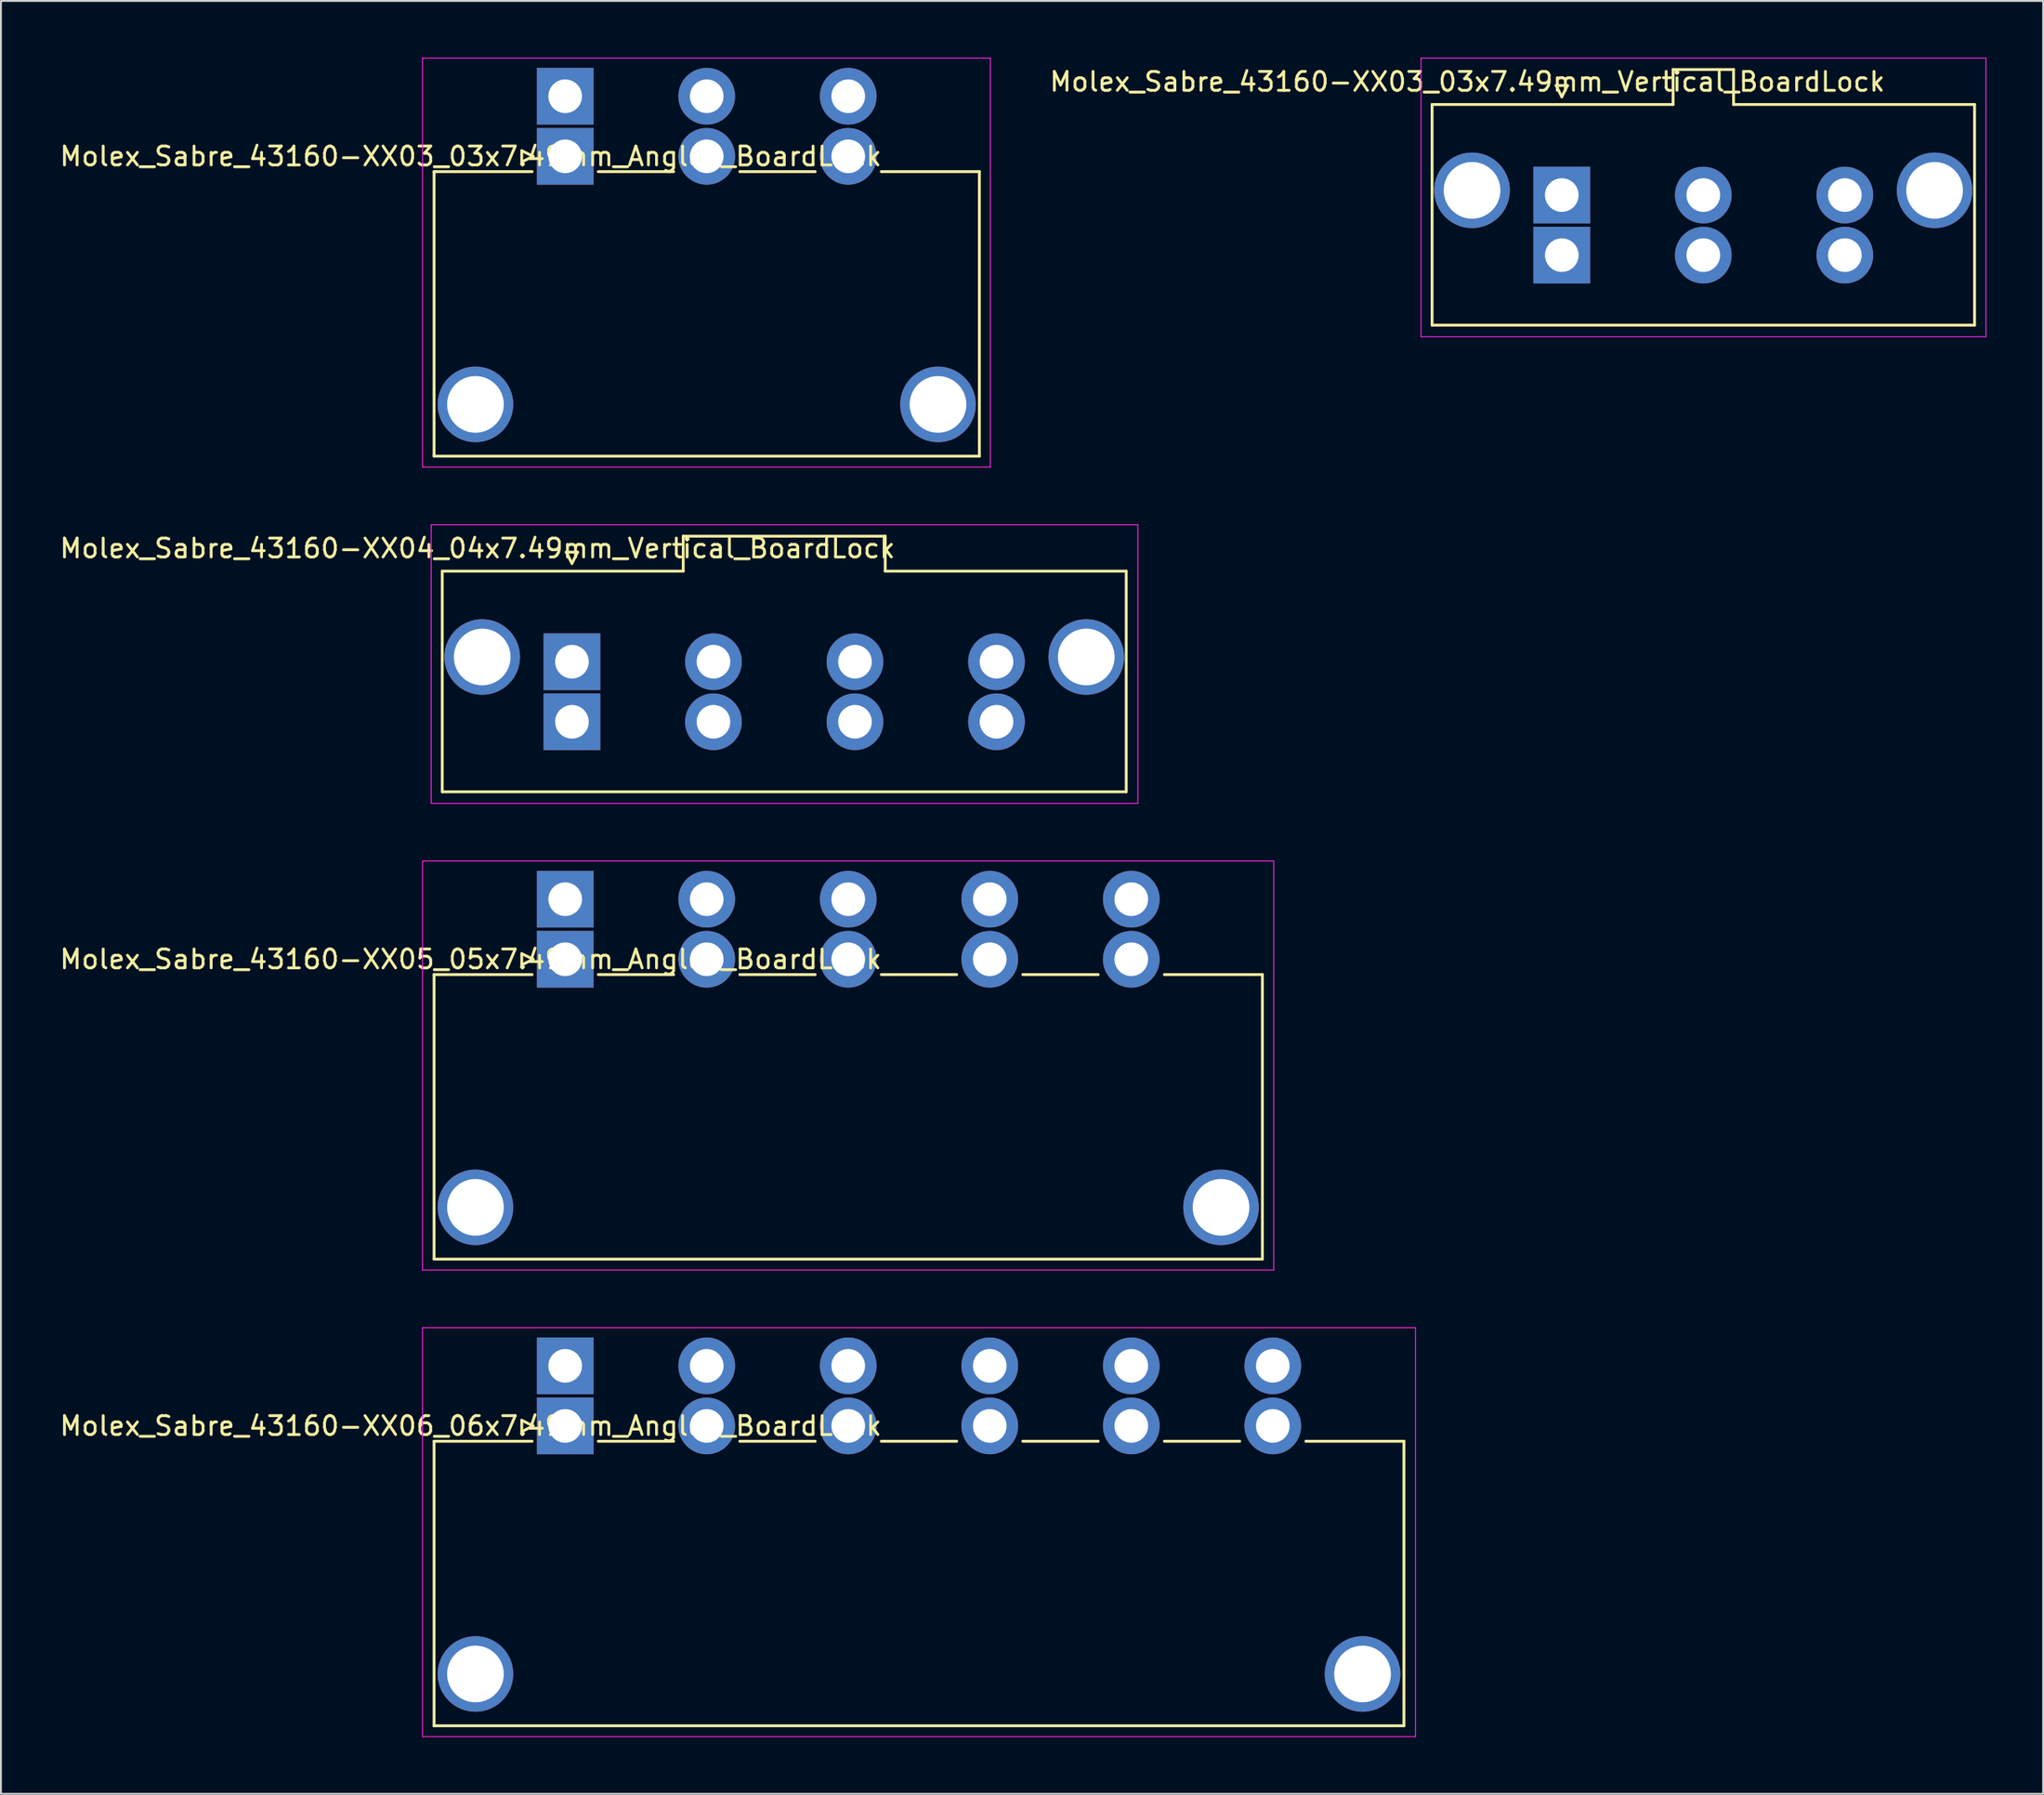
<source format=kicad_pcb>
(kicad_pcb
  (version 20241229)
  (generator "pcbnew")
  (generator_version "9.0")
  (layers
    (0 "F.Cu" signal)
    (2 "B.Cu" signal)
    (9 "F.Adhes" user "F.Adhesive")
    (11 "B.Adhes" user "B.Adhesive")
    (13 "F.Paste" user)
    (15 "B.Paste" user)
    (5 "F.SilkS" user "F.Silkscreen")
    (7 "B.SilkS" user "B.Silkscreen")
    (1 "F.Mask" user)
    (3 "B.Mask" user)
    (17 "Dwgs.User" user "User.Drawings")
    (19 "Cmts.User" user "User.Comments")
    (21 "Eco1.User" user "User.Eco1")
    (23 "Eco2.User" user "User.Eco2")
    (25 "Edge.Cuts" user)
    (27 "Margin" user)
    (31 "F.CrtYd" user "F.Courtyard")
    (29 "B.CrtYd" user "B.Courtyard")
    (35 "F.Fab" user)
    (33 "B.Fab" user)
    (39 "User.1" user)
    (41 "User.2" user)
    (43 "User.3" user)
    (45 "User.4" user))
  (footprint "Molex_Sabre_43160-XX03_03x7.49mm_Vertical_BoardLock"
    (layer "F.Cu")
    (at 79.608 7.275)
    (property "Reference" "Molex_Sabre_43160-XX03_03x7.49mm_Vertical_BoardLock" (at -5 -6 0) (layer "F.SilkS") (effects (font (size 1 1) (thickness 0.15))))
    (attr through_hole)
    (fp_line (start -6.865 -4.795) (end 5.89 -4.795) (stroke (width 0.15) (type solid)) (layer "F.SilkS"))
    (fp_line (start -6.865 6.885) (end -6.865 -4.795) (stroke (width 0.15) (type solid)) (layer "F.SilkS"))
    (fp_line (start -0.3 -5.8) (end 0 -5.2) (stroke (width 0.15) (type solid)) (layer "F.SilkS"))
    (fp_line (start 0 -5.2) (end 0.3 -5.8) (stroke (width 0.15) (type solid)) (layer "F.SilkS"))
    (fp_line (start 0.3 -5.8) (end -0.3 -5.8) (stroke (width 0.15) (type solid)) (layer "F.SilkS"))
    (fp_line (start 5.89 -6.645) (end 9.09 -6.645) (stroke (width 0.15) (type solid)) (layer "F.SilkS"))
    (fp_line (start 5.89 -4.795) (end 5.89 -6.645) (stroke (width 0.15) (type solid)) (layer "F.SilkS"))
    (fp_line (start 9.09 -6.645) (end 9.09 -4.795) (stroke (width 0.15) (type solid)) (layer "F.SilkS"))
    (fp_line (start 9.09 -4.795) (end 21.845 -4.795) (stroke (width 0.15) (type solid)) (layer "F.SilkS"))
    (fp_line (start 21.845 -4.795) (end 21.845 6.885) (stroke (width 0.15) (type solid)) (layer "F.SilkS"))
    (fp_line (start 21.845 6.885) (end -6.865 6.885) (stroke (width 0.15) (type solid)) (layer "F.SilkS"))
    (fp_line (start -7.45 -7.25) (end -7.45 7.5) (stroke (width 0.05) (type solid)) (layer "F.CrtYd"))
    (fp_line (start -7.45 7.5) (end 22.45 7.5) (stroke (width 0.05) (type solid)) (layer "F.CrtYd"))
    (fp_line (start 22.45 -7.25) (end -7.45 -7.25) (stroke (width 0.05) (type solid)) (layer "F.CrtYd"))
    (fp_line (start 22.45 7.5) (end 22.45 -7.25) (stroke (width 0.05) (type solid)) (layer "F.CrtYd"))
    (pad "" thru_hole circle (at -4.75 -0.25) (size 4 4) (drill 3) (layers "*.Cu" "*.Mask"))
    (pad "" thru_hole circle (at 19.73 -0.25) (size 4 4) (drill 3) (layers "*.Cu" "*.Mask"))
    (pad "1" thru_hole rect (at 0 0) (size 3 3) (drill 1.78) (layers "*.Cu" "*.Mask"))
    (pad "1" thru_hole rect (at 0 3.18) (size 3 3) (drill 1.78) (layers "*.Cu" "*.Mask"))
    (pad "2" thru_hole circle (at 7.49 0) (size 3 3) (drill 1.78) (layers "*.Cu" "*.Mask"))
    (pad "2" thru_hole circle (at 7.49 3.18) (size 3 3) (drill 1.78) (layers "*.Cu" "*.Mask"))
    (pad "3" thru_hole circle (at 14.98 0) (size 3 3) (drill 1.78) (layers "*.Cu" "*.Mask"))
    (pad "3" thru_hole circle (at 14.98 3.18) (size 3 3) (drill 1.78) (layers "*.Cu" "*.Mask")))
  (footprint "Molex_Sabre_43160-XX06_06x7.49mm_Angled_BoardLock"
    (layer "F.Cu")
    (at 26.863 72.425)
    (property "Reference" "Molex_Sabre_43160-XX06_06x7.49mm_Angled_BoardLock" (at -5 0 0) (layer "F.SilkS") (effects (font (size 1 1) (thickness 0.15))))
    (attr through_hole)
    (fp_line (start -6.94 0.81) (end -6.94 15.87) (stroke (width 0.15) (type solid)) (layer "F.SilkS"))
    (fp_line (start -6.94 0.81) (end -1.75 0.81) (stroke (width 0.15) (type solid)) (layer "F.SilkS"))
    (fp_line (start -6.94 15.87) (end 44.39 15.87) (stroke (width 0.15) (type solid)) (layer "F.SilkS"))
    (fp_line (start -2.3 -0.3) (end -1.7 0) (stroke (width 0.15) (type solid)) (layer "F.SilkS"))
    (fp_line (start -2.3 0.3) (end -2.3 -0.3) (stroke (width 0.15) (type solid)) (layer "F.SilkS"))
    (fp_line (start -1.7 0) (end -2.3 0.3) (stroke (width 0.15) (type solid)) (layer "F.SilkS"))
    (fp_line (start 1.75 0.81) (end 5.74 0.81) (stroke (width 0.15) (type solid)) (layer "F.SilkS"))
    (fp_line (start 9.24 0.81) (end 13.23 0.81) (stroke (width 0.15) (type solid)) (layer "F.SilkS"))
    (fp_line (start 16.73 0.81) (end 20.72 0.81) (stroke (width 0.15) (type solid)) (layer "F.SilkS"))
    (fp_line (start 24.22 0.81) (end 28.21 0.81) (stroke (width 0.15) (type solid)) (layer "F.SilkS"))
    (fp_line (start 31.71 0.81) (end 35.7 0.81) (stroke (width 0.15) (type solid)) (layer "F.SilkS"))
    (fp_line (start 39.2 0.81) (end 44.39 0.81) (stroke (width 0.15) (type solid)) (layer "F.SilkS"))
    (fp_line (start 44.39 15.87) (end 44.39 0.81) (stroke (width 0.15) (type solid)) (layer "F.SilkS"))
    (fp_line (start -7.55 -5.2) (end -7.55 16.45) (stroke (width 0.05) (type solid)) (layer "F.CrtYd"))
    (fp_line (start -7.55 16.45) (end 45 16.45) (stroke (width 0.05) (type solid)) (layer "F.CrtYd"))
    (fp_line (start 45 -5.2) (end -7.55 -5.2) (stroke (width 0.05) (type solid)) (layer "F.CrtYd"))
    (fp_line (start 45 16.45) (end 45 -5.2) (stroke (width 0.05) (type solid)) (layer "F.CrtYd"))
    (pad "" thru_hole circle (at -4.75 13.13) (size 4 4) (drill 3) (layers "*.Cu" "*.Mask"))
    (pad "" thru_hole circle (at 42.2 13.13) (size 4 4) (drill 3) (layers "*.Cu" "*.Mask"))
    (pad "1" thru_hole rect (at 0 -3.18) (size 3 3) (drill 1.78) (layers "*.Cu" "*.Mask"))
    (pad "1" thru_hole rect (at 0 0) (size 3 3) (drill 1.78) (layers "*.Cu" "*.Mask"))
    (pad "2" thru_hole circle (at 7.49 -3.18) (size 3 3) (drill 1.78) (layers "*.Cu" "*.Mask"))
    (pad "2" thru_hole circle (at 7.49 0) (size 3 3) (drill 1.78) (layers "*.Cu" "*.Mask"))
    (pad "3" thru_hole circle (at 14.98 -3.18) (size 3 3) (drill 1.78) (layers "*.Cu" "*.Mask"))
    (pad "3" thru_hole circle (at 14.98 0) (size 3 3) (drill 1.78) (layers "*.Cu" "*.Mask"))
    (pad "4" thru_hole circle (at 22.47 -3.18) (size 3 3) (drill 1.78) (layers "*.Cu" "*.Mask"))
    (pad "4" thru_hole circle (at 22.47 0) (size 3 3) (drill 1.78) (layers "*.Cu" "*.Mask"))
    (pad "5" thru_hole circle (at 29.96 -3.18) (size 3 3) (drill 1.78) (layers "*.Cu" "*.Mask"))
    (pad "5" thru_hole circle (at 29.96 0) (size 3 3) (drill 1.78) (layers "*.Cu" "*.Mask"))
    (pad "6" thru_hole circle (at 37.45 -3.18) (size 3 3) (drill 1.78) (layers "*.Cu" "*.Mask"))
    (pad "6" thru_hole circle (at 37.45 0) (size 3 3) (drill 1.78) (layers "*.Cu" "*.Mask")))
  (footprint "Molex_Sabre_43160-XX04_04x7.49mm_Vertical_BoardLock"
    (layer "F.Cu")
    (at 27.22 31.975)
    (property "Reference" "Molex_Sabre_43160-XX04_04x7.49mm_Vertical_BoardLock" (at -5 -6 0) (layer "F.SilkS") (effects (font (size 1 1) (thickness 0.15))))
    (attr through_hole)
    (fp_line (start -6.865 -4.795) (end 5.89 -4.795) (stroke (width 0.15) (type solid)) (layer "F.SilkS"))
    (fp_line (start -6.865 6.885) (end -6.865 -4.795) (stroke (width 0.15) (type solid)) (layer "F.SilkS"))
    (fp_line (start -0.3 -5.8) (end 0 -5.2) (stroke (width 0.15) (type solid)) (layer "F.SilkS"))
    (fp_line (start 0 -5.2) (end 0.3 -5.8) (stroke (width 0.15) (type solid)) (layer "F.SilkS"))
    (fp_line (start 0.3 -5.8) (end -0.3 -5.8) (stroke (width 0.15) (type solid)) (layer "F.SilkS"))
    (fp_line (start 5.89 -6.645) (end 16.58 -6.645) (stroke (width 0.15) (type solid)) (layer "F.SilkS"))
    (fp_line (start 5.89 -4.795) (end 5.89 -6.645) (stroke (width 0.15) (type solid)) (layer "F.SilkS"))
    (fp_line (start 16.58 -6.645) (end 16.58 -4.795) (stroke (width 0.15) (type solid)) (layer "F.SilkS"))
    (fp_line (start 16.58 -4.795) (end 29.335 -4.795) (stroke (width 0.15) (type solid)) (layer "F.SilkS"))
    (fp_line (start 29.335 -4.795) (end 29.335 6.885) (stroke (width 0.15) (type solid)) (layer "F.SilkS"))
    (fp_line (start 29.335 6.885) (end -6.865 6.885) (stroke (width 0.15) (type solid)) (layer "F.SilkS"))
    (fp_line (start -7.45 -7.25) (end -7.45 7.5) (stroke (width 0.05) (type solid)) (layer "F.CrtYd"))
    (fp_line (start -7.45 7.5) (end 29.95 7.5) (stroke (width 0.05) (type solid)) (layer "F.CrtYd"))
    (fp_line (start 29.95 -7.25) (end -7.45 -7.25) (stroke (width 0.05) (type solid)) (layer "F.CrtYd"))
    (fp_line (start 29.95 7.5) (end 29.95 -7.25) (stroke (width 0.05) (type solid)) (layer "F.CrtYd"))
    (pad "" thru_hole circle (at -4.75 -0.25) (size 4 4) (drill 3) (layers "*.Cu" "*.Mask"))
    (pad "" thru_hole circle (at 27.22 -0.25) (size 4 4) (drill 3) (layers "*.Cu" "*.Mask"))
    (pad "1" thru_hole rect (at 0 0) (size 3 3) (drill 1.78) (layers "*.Cu" "*.Mask"))
    (pad "1" thru_hole rect (at 0 3.18) (size 3 3) (drill 1.78) (layers "*.Cu" "*.Mask"))
    (pad "2" thru_hole circle (at 7.49 0) (size 3 3) (drill 1.78) (layers "*.Cu" "*.Mask"))
    (pad "2" thru_hole circle (at 7.49 3.18) (size 3 3) (drill 1.78) (layers "*.Cu" "*.Mask"))
    (pad "3" thru_hole circle (at 14.98 0) (size 3 3) (drill 1.78) (layers "*.Cu" "*.Mask"))
    (pad "3" thru_hole circle (at 14.98 3.18) (size 3 3) (drill 1.78) (layers "*.Cu" "*.Mask"))
    (pad "4" thru_hole circle (at 22.47 0) (size 3 3) (drill 1.78) (layers "*.Cu" "*.Mask"))
    (pad "4" thru_hole circle (at 22.47 3.18) (size 3 3) (drill 1.78) (layers "*.Cu" "*.Mask")))
  (footprint "Molex_Sabre_43160-XX05_05x7.49mm_Angled_BoardLock"
    (layer "F.Cu")
    (at 26.863 47.725)
    (property "Reference" "Molex_Sabre_43160-XX05_05x7.49mm_Angled_BoardLock" (at -5 0 0) (layer "F.SilkS") (effects (font (size 1 1) (thickness 0.15))))
    (attr through_hole)
    (fp_line (start -6.94 0.81) (end -6.94 15.87) (stroke (width 0.15) (type solid)) (layer "F.SilkS"))
    (fp_line (start -6.94 0.81) (end -1.75 0.81) (stroke (width 0.15) (type solid)) (layer "F.SilkS"))
    (fp_line (start -6.94 15.87) (end 36.9 15.87) (stroke (width 0.15) (type solid)) (layer "F.SilkS"))
    (fp_line (start -2.3 -0.3) (end -1.7 0) (stroke (width 0.15) (type solid)) (layer "F.SilkS"))
    (fp_line (start -2.3 0.3) (end -2.3 -0.3) (stroke (width 0.15) (type solid)) (layer "F.SilkS"))
    (fp_line (start -1.7 0) (end -2.3 0.3) (stroke (width 0.15) (type solid)) (layer "F.SilkS"))
    (fp_line (start 1.75 0.81) (end 5.74 0.81) (stroke (width 0.15) (type solid)) (layer "F.SilkS"))
    (fp_line (start 9.24 0.81) (end 13.23 0.81) (stroke (width 0.15) (type solid)) (layer "F.SilkS"))
    (fp_line (start 16.73 0.81) (end 20.72 0.81) (stroke (width 0.15) (type solid)) (layer "F.SilkS"))
    (fp_line (start 24.22 0.81) (end 28.21 0.81) (stroke (width 0.15) (type solid)) (layer "F.SilkS"))
    (fp_line (start 31.71 0.81) (end 36.9 0.81) (stroke (width 0.15) (type solid)) (layer "F.SilkS"))
    (fp_line (start 36.9 15.87) (end 36.9 0.81) (stroke (width 0.15) (type solid)) (layer "F.SilkS"))
    (fp_line (start -7.55 -5.2) (end -7.55 16.45) (stroke (width 0.05) (type solid)) (layer "F.CrtYd"))
    (fp_line (start -7.55 16.45) (end 37.5 16.45) (stroke (width 0.05) (type solid)) (layer "F.CrtYd"))
    (fp_line (start 37.5 -5.2) (end -7.55 -5.2) (stroke (width 0.05) (type solid)) (layer "F.CrtYd"))
    (fp_line (start 37.5 16.45) (end 37.5 -5.2) (stroke (width 0.05) (type solid)) (layer "F.CrtYd"))
    (pad "" thru_hole circle (at -4.75 13.13) (size 4 4) (drill 3) (layers "*.Cu" "*.Mask"))
    (pad "" thru_hole circle (at 34.71 13.13) (size 4 4) (drill 3) (layers "*.Cu" "*.Mask"))
    (pad "1" thru_hole rect (at 0 -3.18) (size 3 3) (drill 1.78) (layers "*.Cu" "*.Mask"))
    (pad "1" thru_hole rect (at 0 0) (size 3 3) (drill 1.78) (layers "*.Cu" "*.Mask"))
    (pad "2" thru_hole circle (at 7.49 -3.18) (size 3 3) (drill 1.78) (layers "*.Cu" "*.Mask"))
    (pad "2" thru_hole circle (at 7.49 0) (size 3 3) (drill 1.78) (layers "*.Cu" "*.Mask"))
    (pad "3" thru_hole circle (at 14.98 -3.18) (size 3 3) (drill 1.78) (layers "*.Cu" "*.Mask"))
    (pad "3" thru_hole circle (at 14.98 0) (size 3 3) (drill 1.78) (layers "*.Cu" "*.Mask"))
    (pad "4" thru_hole circle (at 22.47 -3.18) (size 3 3) (drill 1.78) (layers "*.Cu" "*.Mask"))
    (pad "4" thru_hole circle (at 22.47 0) (size 3 3) (drill 1.78) (layers "*.Cu" "*.Mask"))
    (pad "5" thru_hole circle (at 29.96 -3.18) (size 3 3) (drill 1.78) (layers "*.Cu" "*.Mask"))
    (pad "5" thru_hole circle (at 29.96 0) (size 3 3) (drill 1.78) (layers "*.Cu" "*.Mask")))
  (footprint "Molex_Sabre_43160-XX03_03x7.49mm_Angled_BoardLock"
    (layer "F.Cu")
    (at 26.863 5.225)
    (property "Reference" "Molex_Sabre_43160-XX03_03x7.49mm_Angled_BoardLock" (at -5 0 0) (layer "F.SilkS") (effects (font (size 1 1) (thickness 0.15))))
    (attr through_hole)
    (fp_line (start -6.94 0.81) (end -6.94 15.87) (stroke (width 0.15) (type solid)) (layer "F.SilkS"))
    (fp_line (start -6.94 0.81) (end -1.75 0.81) (stroke (width 0.15) (type solid)) (layer "F.SilkS"))
    (fp_line (start -6.94 15.87) (end 21.92 15.87) (stroke (width 0.15) (type solid)) (layer "F.SilkS"))
    (fp_line (start -2.3 -0.3) (end -1.7 0) (stroke (width 0.15) (type solid)) (layer "F.SilkS"))
    (fp_line (start -2.3 0.3) (end -2.3 -0.3) (stroke (width 0.15) (type solid)) (layer "F.SilkS"))
    (fp_line (start -1.7 0) (end -2.3 0.3) (stroke (width 0.15) (type solid)) (layer "F.SilkS"))
    (fp_line (start 1.75 0.81) (end 5.74 0.81) (stroke (width 0.15) (type solid)) (layer "F.SilkS"))
    (fp_line (start 9.24 0.81) (end 13.23 0.81) (stroke (width 0.15) (type solid)) (layer "F.SilkS"))
    (fp_line (start 16.73 0.81) (end 21.92 0.81) (stroke (width 0.15) (type solid)) (layer "F.SilkS"))
    (fp_line (start 21.92 15.87) (end 21.92 0.81) (stroke (width 0.15) (type solid)) (layer "F.SilkS"))
    (fp_line (start -7.55 -5.2) (end -7.55 16.45) (stroke (width 0.05) (type solid)) (layer "F.CrtYd"))
    (fp_line (start -7.55 16.45) (end 22.5 16.45) (stroke (width 0.05) (type solid)) (layer "F.CrtYd"))
    (fp_line (start 22.5 -5.2) (end -7.55 -5.2) (stroke (width 0.05) (type solid)) (layer "F.CrtYd"))
    (fp_line (start 22.5 16.45) (end 22.5 -5.2) (stroke (width 0.05) (type solid)) (layer "F.CrtYd"))
    (pad "" thru_hole circle (at -4.75 13.13) (size 4 4) (drill 3) (layers "*.Cu" "*.Mask"))
    (pad "" thru_hole circle (at 19.73 13.13) (size 4 4) (drill 3) (layers "*.Cu" "*.Mask"))
    (pad "1" thru_hole rect (at 0 -3.18) (size 3 3) (drill 1.78) (layers "*.Cu" "*.Mask"))
    (pad "1" thru_hole rect (at 0 0) (size 3 3) (drill 1.78) (layers "*.Cu" "*.Mask"))
    (pad "2" thru_hole circle (at 7.49 -3.18) (size 3 3) (drill 1.78) (layers "*.Cu" "*.Mask"))
    (pad "2" thru_hole circle (at 7.49 0) (size 3 3) (drill 1.78) (layers "*.Cu" "*.Mask"))
    (pad "3" thru_hole circle (at 14.98 -3.18) (size 3 3) (drill 1.78) (layers "*.Cu" "*.Mask"))
    (pad "3" thru_hole circle (at 14.98 0) (size 3 3) (drill 1.78) (layers "*.Cu" "*.Mask")))
  (gr_rect
    (start -3 -3)
    (end 105.083 91.9)
    (stroke (width 0.1) (type default))
    (fill no)
    (layer "Edge.Cuts")))
</source>
